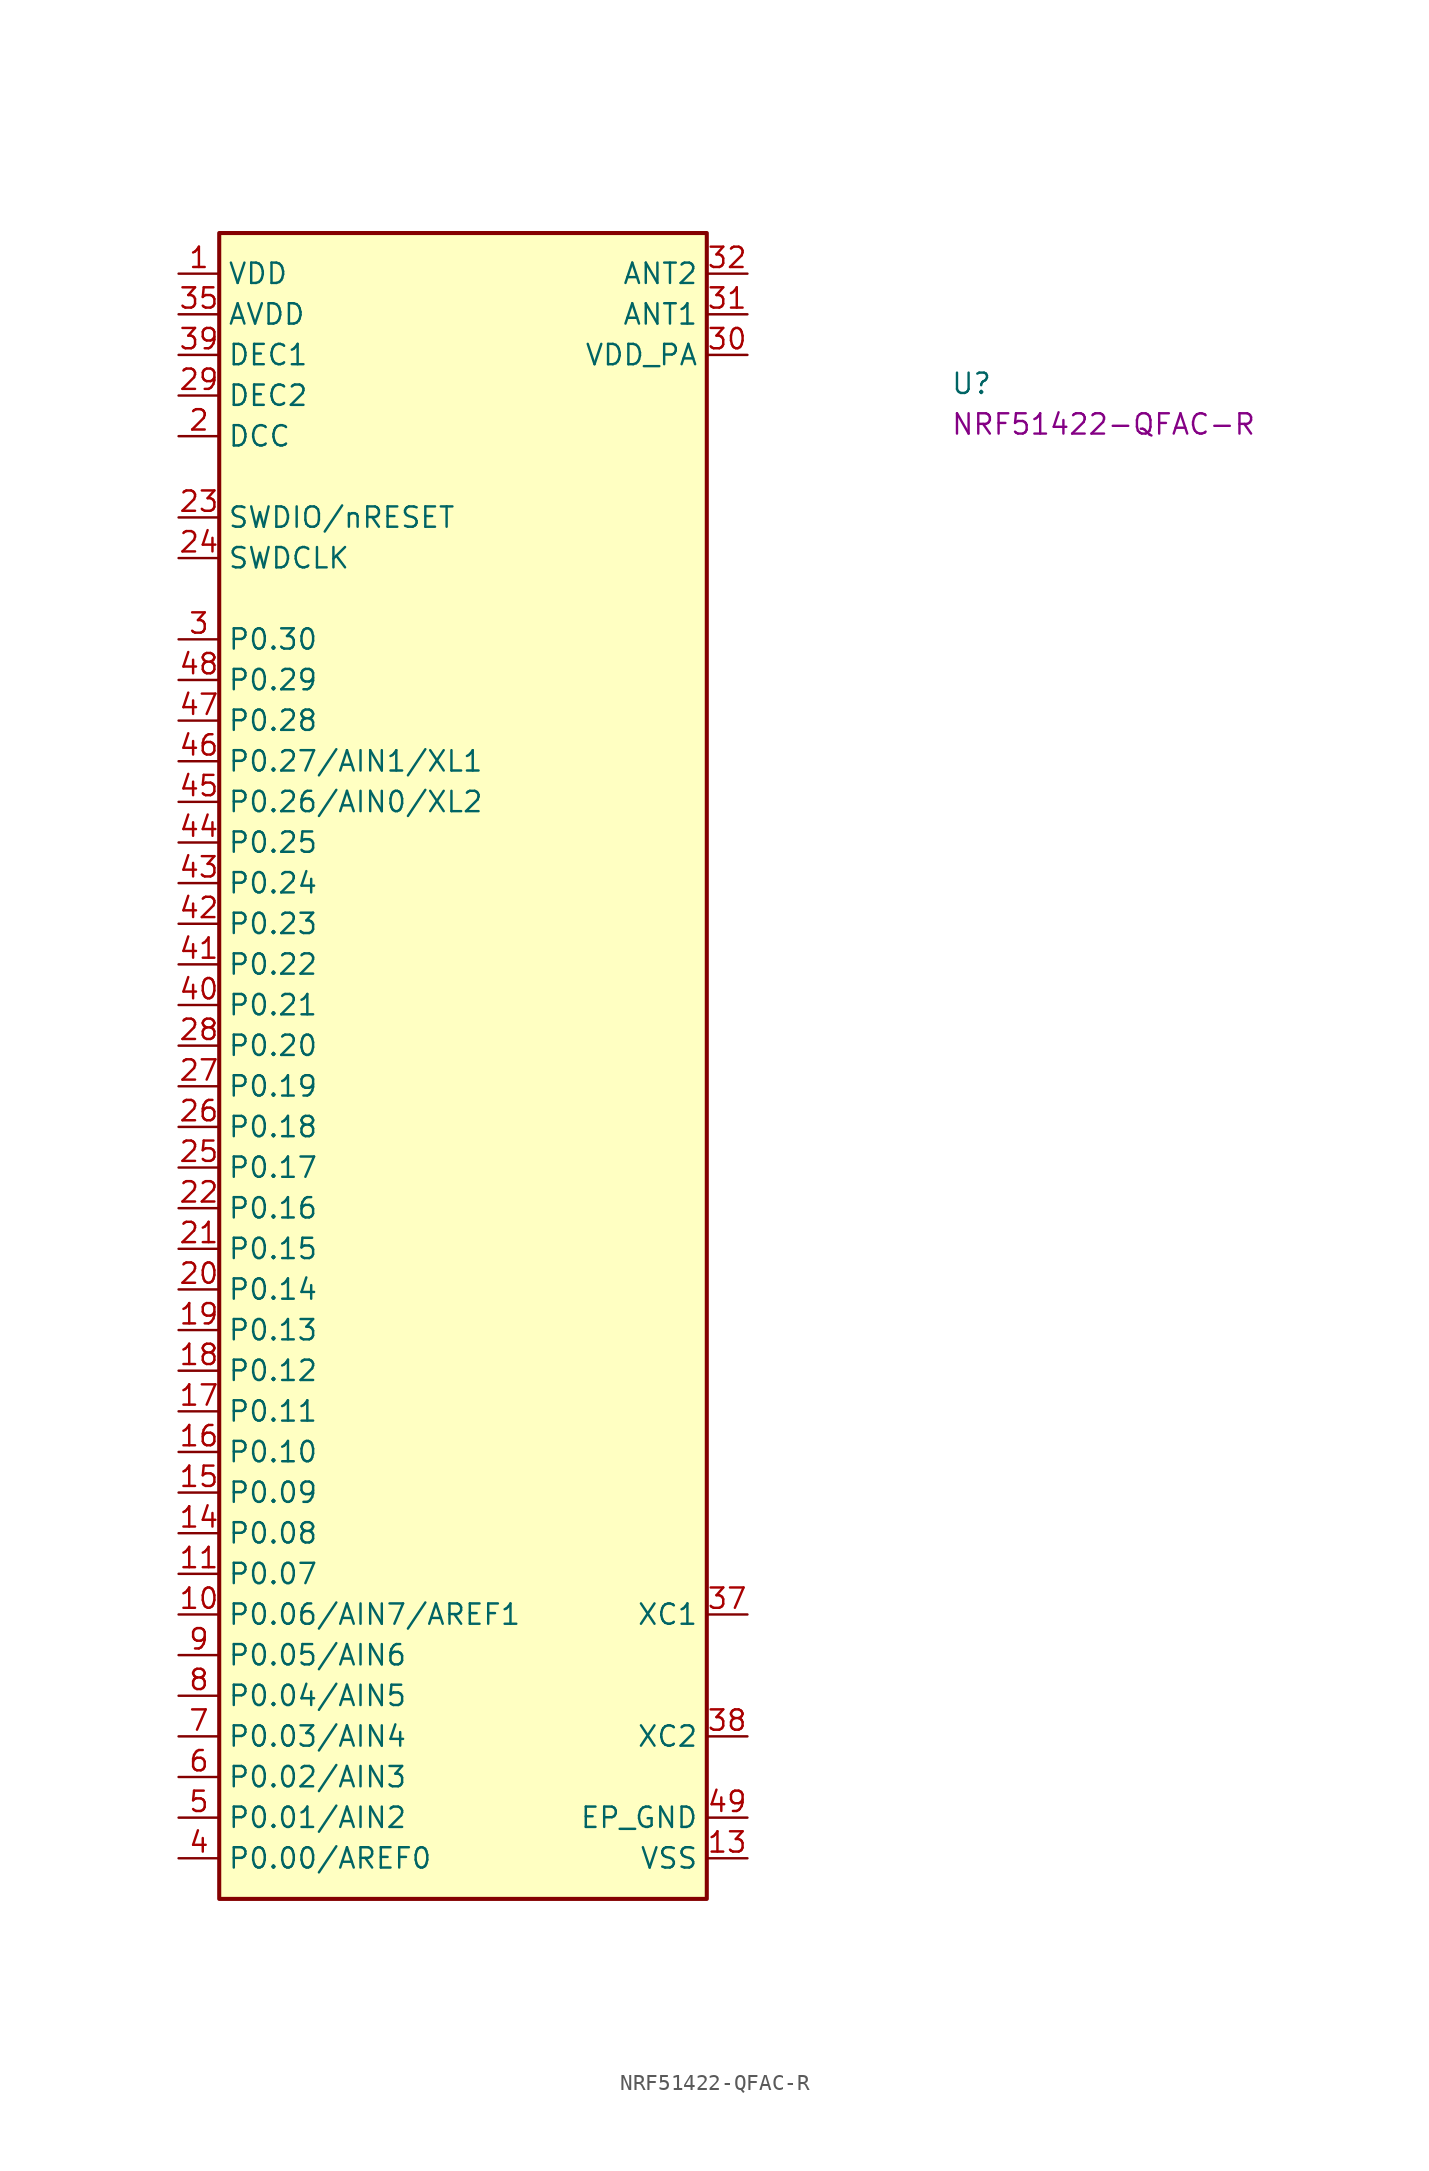
<source format=kicad_sym>
(kicad_symbol_lib
  (version 20220914)
  (generator kicad_symbol_editor)
  (symbol "NRF51422-QFAC-R"
    (property "Reference" "U"
      (at 48.26 -7.62 0)
      (effects (font (size 1.27 1.27) (thickness 0.15)) (justify left bottom)))
    (property "MPN" "NRF51422-QFAC-R"
      (at 48.26 -10.16 0)
      (effects (font (size 1.27 1.27) (thickness 0.15)) (justify left bottom)))
    (symbol "NRF51422-QFAC-R_1_1"
      (rectangle (start 2.54 2.54) (end 33.02 -101.6) (stroke (width 0.254) (type default)) (fill (type background)))
      (pin power_in line (at 0 0 0) (length 2.54) (name "VDD" (effects (font (size 1.27 1.27)))) (number "1" (effects (font (size 1.27 1.27)))))
      (pin bidirectional line (at 0 -83.82 0) (length 2.54) (name "P0.06/AIN7/AREF1" (effects (font (size 1.27 1.27)))) (number "10" (effects (font (size 1.27 1.27)))))
      (pin bidirectional line (at 0 -81.28 0) (length 2.54) (name "P0.07" (effects (font (size 1.27 1.27)))) (number "11" (effects (font (size 1.27 1.27)))))
      (pin passive line (at 0 0 0) (length 2.54) hide (name "VDD" (effects (font (size 1.27 1.27)))) (number "12" (effects (font (size 1.27 1.27)))))
      (pin power_in line (at 35.56 -99.06 180) (length 2.54) (name "VSS" (effects (font (size 1.27 1.27)))) (number "13" (effects (font (size 1.27 1.27)))))
      (pin bidirectional line (at 0 -78.74 0) (length 2.54) (name "P0.08" (effects (font (size 1.27 1.27)))) (number "14" (effects (font (size 1.27 1.27)))))
      (pin bidirectional line (at 0 -76.2 0) (length 2.54) (name "P0.09" (effects (font (size 1.27 1.27)))) (number "15" (effects (font (size 1.27 1.27)))))
      (pin bidirectional line (at 0 -73.66 0) (length 2.54) (name "P0.10" (effects (font (size 1.27 1.27)))) (number "16" (effects (font (size 1.27 1.27)))))
      (pin bidirectional line (at 0 -71.12 0) (length 2.54) (name "P0.11" (effects (font (size 1.27 1.27)))) (number "17" (effects (font (size 1.27 1.27)))))
      (pin bidirectional line (at 0 -68.58 0) (length 2.54) (name "P0.12" (effects (font (size 1.27 1.27)))) (number "18" (effects (font (size 1.27 1.27)))))
      (pin bidirectional line (at 0 -66.04 0) (length 2.54) (name "P0.13" (effects (font (size 1.27 1.27)))) (number "19" (effects (font (size 1.27 1.27)))))
      (pin power_out line (at 0 -10.16 0) (length 2.54) (name "DCC" (effects (font (size 1.27 1.27)))) (number "2" (effects (font (size 1.27 1.27)))))
      (pin bidirectional line (at 0 -63.5 0) (length 2.54) (name "P0.14" (effects (font (size 1.27 1.27)))) (number "20" (effects (font (size 1.27 1.27)))))
      (pin bidirectional line (at 0 -60.96 0) (length 2.54) (name "P0.15" (effects (font (size 1.27 1.27)))) (number "21" (effects (font (size 1.27 1.27)))))
      (pin bidirectional line (at 0 -58.42 0) (length 2.54) (name "P0.16" (effects (font (size 1.27 1.27)))) (number "22" (effects (font (size 1.27 1.27)))))
      (pin bidirectional line (at 0 -15.24 0) (length 2.54) (name "SWDIO/nRESET" (effects (font (size 1.27 1.27)))) (number "23" (effects (font (size 1.27 1.27)))))
      (pin input line (at 0 -17.78 0) (length 2.54) (name "SWDCLK" (effects (font (size 1.27 1.27)))) (number "24" (effects (font (size 1.27 1.27)))))
      (pin bidirectional line (at 0 -55.88 0) (length 2.54) (name "P0.17" (effects (font (size 1.27 1.27)))) (number "25" (effects (font (size 1.27 1.27)))))
      (pin bidirectional line (at 0 -53.34 0) (length 2.54) (name "P0.18" (effects (font (size 1.27 1.27)))) (number "26" (effects (font (size 1.27 1.27)))))
      (pin bidirectional line (at 0 -50.8 0) (length 2.54) (name "P0.19" (effects (font (size 1.27 1.27)))) (number "27" (effects (font (size 1.27 1.27)))))
      (pin bidirectional line (at 0 -48.26 0) (length 2.54) (name "P0.20" (effects (font (size 1.27 1.27)))) (number "28" (effects (font (size 1.27 1.27)))))
      (pin power_in line (at 0 -7.62 0) (length 2.54) (name "DEC2" (effects (font (size 1.27 1.27)))) (number "29" (effects (font (size 1.27 1.27)))))
      (pin bidirectional line (at 0 -22.86 0) (length 2.54) (name "P0.30" (effects (font (size 1.27 1.27)))) (number "3" (effects (font (size 1.27 1.27)))))
      (pin power_out line (at 35.56 -5.08 180) (length 2.54) (name "VDD_PA" (effects (font (size 1.27 1.27)))) (number "30" (effects (font (size 1.27 1.27)))))
      (pin input line (at 35.56 -2.54 180) (length 2.54) (name "ANT1" (effects (font (size 1.27 1.27)))) (number "31" (effects (font (size 1.27 1.27)))))
      (pin input line (at 35.56 0 180) (length 2.54) (name "ANT2" (effects (font (size 1.27 1.27)))) (number "32" (effects (font (size 1.27 1.27)))))
      (pin passive line (at 35.56 -99.06 180) (length 2.54) hide (name "VSS" (effects (font (size 1.27 1.27)))) (number "33" (effects (font (size 1.27 1.27)))))
      (pin passive line (at 35.56 -99.06 180) (length 2.54) hide (name "VSS" (effects (font (size 1.27 1.27)))) (number "34" (effects (font (size 1.27 1.27)))))
      (pin power_in line (at 0 -2.54 0) (length 2.54) (name "AVDD" (effects (font (size 1.27 1.27)))) (number "35" (effects (font (size 1.27 1.27)))))
      (pin passive line (at 0 -2.54 0) (length 2.54) hide (name "AVDD" (effects (font (size 1.27 1.27)))) (number "36" (effects (font (size 1.27 1.27)))))
      (pin input line (at 35.56 -83.82 180) (length 2.54) (name "XC1" (effects (font (size 1.27 1.27)))) (number "37" (effects (font (size 1.27 1.27)))))
      (pin input line (at 35.56 -91.44 180) (length 2.54) (name "XC2" (effects (font (size 1.27 1.27)))) (number "38" (effects (font (size 1.27 1.27)))))
      (pin power_in line (at 0 -5.08 0) (length 2.54) (name "DEC1" (effects (font (size 1.27 1.27)))) (number "39" (effects (font (size 1.27 1.27)))))
      (pin bidirectional line (at 0 -99.06 0) (length 2.54) (name "P0.00/AREF0" (effects (font (size 1.27 1.27)))) (number "4" (effects (font (size 1.27 1.27)))))
      (pin bidirectional line (at 0 -45.72 0) (length 2.54) (name "P0.21" (effects (font (size 1.27 1.27)))) (number "40" (effects (font (size 1.27 1.27)))))
      (pin bidirectional line (at 0 -43.18 0) (length 2.54) (name "P0.22" (effects (font (size 1.27 1.27)))) (number "41" (effects (font (size 1.27 1.27)))))
      (pin bidirectional line (at 0 -40.64 0) (length 2.54) (name "P0.23" (effects (font (size 1.27 1.27)))) (number "42" (effects (font (size 1.27 1.27)))))
      (pin bidirectional line (at 0 -38.1 0) (length 2.54) (name "P0.24" (effects (font (size 1.27 1.27)))) (number "43" (effects (font (size 1.27 1.27)))))
      (pin bidirectional line (at 0 -35.56 0) (length 2.54) (name "P0.25" (effects (font (size 1.27 1.27)))) (number "44" (effects (font (size 1.27 1.27)))))
      (pin bidirectional line (at 0 -33.02 0) (length 2.54) (name "P0.26/AIN0/XL2" (effects (font (size 1.27 1.27)))) (number "45" (effects (font (size 1.27 1.27)))))
      (pin bidirectional line (at 0 -30.48 0) (length 2.54) (name "P0.27/AIN1/XL1" (effects (font (size 1.27 1.27)))) (number "46" (effects (font (size 1.27 1.27)))))
      (pin bidirectional line (at 0 -27.94 0) (length 2.54) (name "P0.28" (effects (font (size 1.27 1.27)))) (number "47" (effects (font (size 1.27 1.27)))))
      (pin bidirectional line (at 0 -25.4 0) (length 2.54) (name "P0.29" (effects (font (size 1.27 1.27)))) (number "48" (effects (font (size 1.27 1.27)))))
      (pin power_in line (at 35.56 -96.52 180) (length 2.54) (name "EP_GND" (effects (font (size 1.27 1.27)))) (number "49" (effects (font (size 1.27 1.27)))))
      (pin bidirectional line (at 0 -96.52 0) (length 2.54) (name "P0.01/AIN2" (effects (font (size 1.27 1.27)))) (number "5" (effects (font (size 1.27 1.27)))))
      (pin bidirectional line (at 0 -93.98 0) (length 2.54) (name "P0.02/AIN3" (effects (font (size 1.27 1.27)))) (number "6" (effects (font (size 1.27 1.27)))))
      (pin bidirectional line (at 0 -91.44 0) (length 2.54) (name "P0.03/AIN4" (effects (font (size 1.27 1.27)))) (number "7" (effects (font (size 1.27 1.27)))))
      (pin bidirectional line (at 0 -88.9 0) (length 2.54) (name "P0.04/AIN5" (effects (font (size 1.27 1.27)))) (number "8" (effects (font (size 1.27 1.27)))))
      (pin bidirectional line (at 0 -86.36 0) (length 2.54) (name "P0.05/AIN6" (effects (font (size 1.27 1.27)))) (number "9" (effects (font (size 1.27 1.27))))))))
</source>
